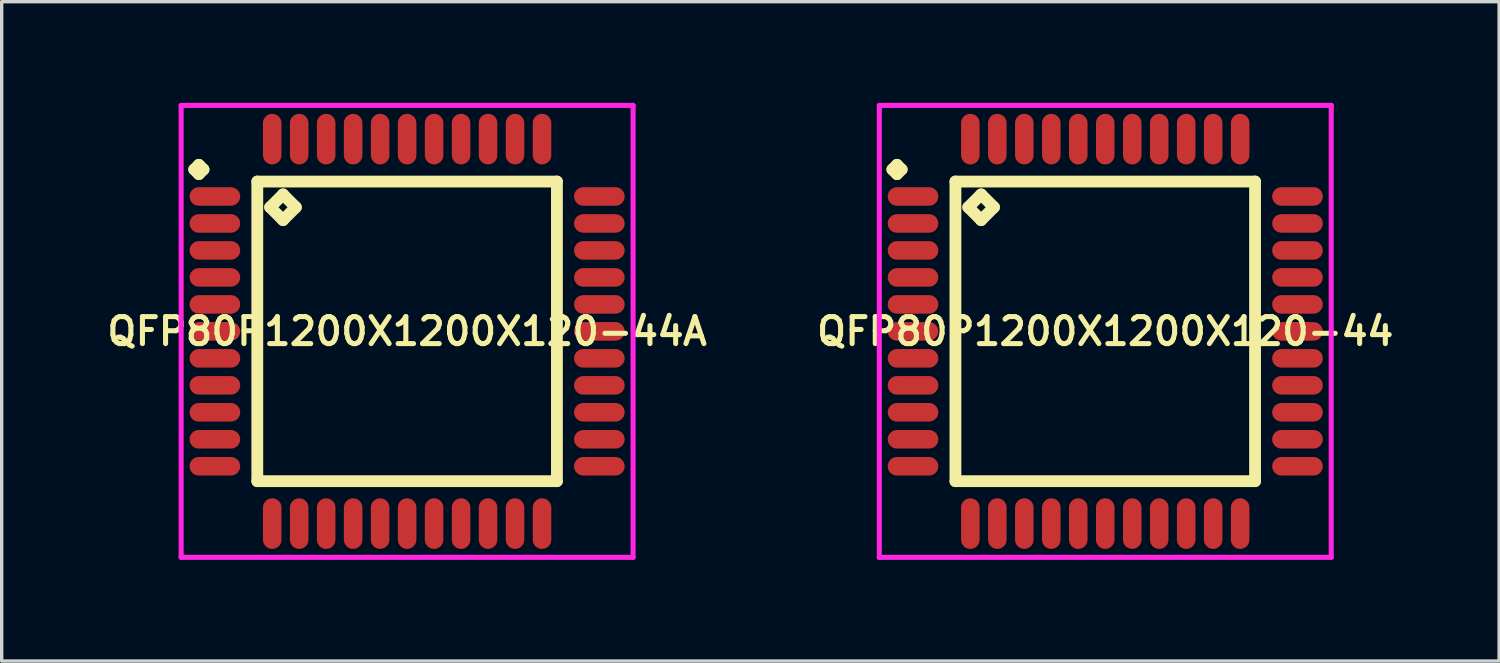
<source format=kicad_pcb>
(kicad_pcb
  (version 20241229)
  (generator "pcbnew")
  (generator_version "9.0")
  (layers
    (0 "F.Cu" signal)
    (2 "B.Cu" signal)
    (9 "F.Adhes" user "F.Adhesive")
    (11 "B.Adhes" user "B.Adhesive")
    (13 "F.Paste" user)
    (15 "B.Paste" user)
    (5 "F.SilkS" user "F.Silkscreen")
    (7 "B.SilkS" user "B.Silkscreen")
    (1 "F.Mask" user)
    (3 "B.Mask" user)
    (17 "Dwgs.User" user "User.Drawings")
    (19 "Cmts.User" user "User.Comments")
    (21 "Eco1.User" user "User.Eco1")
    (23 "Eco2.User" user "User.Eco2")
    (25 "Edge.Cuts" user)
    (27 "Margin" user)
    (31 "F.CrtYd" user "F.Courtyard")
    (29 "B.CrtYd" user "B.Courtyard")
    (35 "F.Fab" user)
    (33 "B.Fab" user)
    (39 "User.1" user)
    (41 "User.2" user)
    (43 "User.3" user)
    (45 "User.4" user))
  (footprint "QFP80P1200X1200X120-44A"
    (layer "F.Cu")
    (at 9.021 6.775)
    (property "Reference" "QFP80P1200X1200X120-44A" (at 0 0 0) (layer "F.SilkS") (effects (font (size 0.8 0.8) (thickness 0.15))))
    (attr through_hole)
    (fp_line (start -6.312 -4.8) (end -6.175 -4.938) (stroke (width 0.35) (type solid)) (layer "F.SilkS"))
    (fp_line (start -6.175 -4.938) (end -6.037 -4.8) (stroke (width 0.35) (type solid)) (layer "F.SilkS"))
    (fp_line (start -6.175 -4.662) (end -6.312 -4.8) (stroke (width 0.35) (type solid)) (layer "F.SilkS"))
    (fp_line (start -6.037 -4.8) (end -6.175 -4.662) (stroke (width 0.35) (type solid)) (layer "F.SilkS"))
    (fp_line (start -4.442 -4.442) (end -4.442 4.442) (stroke (width 0.35) (type solid)) (layer "F.SilkS"))
    (fp_line (start -4.442 4.442) (end 4.442 4.442) (stroke (width 0.35) (type solid)) (layer "F.SilkS"))
    (fp_line (start -4.061 -3.68) (end -3.68 -4.061) (stroke (width 0.35) (type solid)) (layer "F.SilkS"))
    (fp_line (start -3.68 -4.061) (end -3.299 -3.68) (stroke (width 0.35) (type solid)) (layer "F.SilkS"))
    (fp_line (start -3.68 -3.299) (end -4.061 -3.68) (stroke (width 0.35) (type solid)) (layer "F.SilkS"))
    (fp_line (start -3.299 -3.68) (end -3.68 -3.299) (stroke (width 0.35) (type solid)) (layer "F.SilkS"))
    (fp_line (start 4.442 -4.442) (end -4.442 -4.442) (stroke (width 0.35) (type solid)) (layer "F.SilkS"))
    (fp_line (start 4.442 4.442) (end 4.442 -4.442) (stroke (width 0.35) (type solid)) (layer "F.SilkS"))
    (fp_line (start -6.7 -6.7) (end 6.7 -6.7) (stroke (width 0.15) (type solid)) (layer "F.CrtYd"))
    (fp_line (start -6.7 6.7) (end -6.7 -6.7) (stroke (width 0.15) (type solid)) (layer "F.CrtYd"))
    (fp_line (start 6.7 -6.7) (end 6.7 6.7) (stroke (width 0.15) (type solid)) (layer "F.CrtYd"))
    (fp_line (start 6.7 6.7) (end -6.7 6.7) (stroke (width 0.15) (type solid)) (layer "F.CrtYd"))
    (pad "1" smd oval (at -5.7 -4) (size 1.5 0.55) (layers "F.Cu" "F.Mask" "F.Paste"))
    (pad "2" smd oval (at -5.7 -3.2) (size 1.5 0.55) (layers "F.Cu" "F.Mask" "F.Paste"))
    (pad "3" smd oval (at -5.7 -2.4) (size 1.5 0.55) (layers "F.Cu" "F.Mask" "F.Paste"))
    (pad "4" smd oval (at -5.7 -1.6) (size 1.5 0.55) (layers "F.Cu" "F.Mask" "F.Paste"))
    (pad "5" smd oval (at -5.7 -0.8) (size 1.5 0.55) (layers "F.Cu" "F.Mask" "F.Paste"))
    (pad "6" smd oval (at -5.7 0) (size 1.5 0.55) (layers "F.Cu" "F.Mask" "F.Paste"))
    (pad "7" smd oval (at -5.7 0.8) (size 1.5 0.55) (layers "F.Cu" "F.Mask" "F.Paste"))
    (pad "8" smd oval (at -5.7 1.6) (size 1.5 0.55) (layers "F.Cu" "F.Mask" "F.Paste"))
    (pad "9" smd oval (at -5.7 2.4) (size 1.5 0.55) (layers "F.Cu" "F.Mask" "F.Paste"))
    (pad "10" smd oval (at -5.7 3.2) (size 1.5 0.55) (layers "F.Cu" "F.Mask" "F.Paste"))
    (pad "11" smd oval (at -5.7 4) (size 1.5 0.55) (layers "F.Cu" "F.Mask" "F.Paste"))
    (pad "12" smd oval (at -4 5.7) (size 0.55 1.5) (layers "F.Cu" "F.Mask" "F.Paste"))
    (pad "13" smd oval (at -3.2 5.7) (size 0.55 1.5) (layers "F.Cu" "F.Mask" "F.Paste"))
    (pad "14" smd oval (at -2.4 5.7) (size 0.55 1.5) (layers "F.Cu" "F.Mask" "F.Paste"))
    (pad "15" smd oval (at -1.6 5.7) (size 0.55 1.5) (layers "F.Cu" "F.Mask" "F.Paste"))
    (pad "16" smd oval (at -0.8 5.7) (size 0.55 1.5) (layers "F.Cu" "F.Mask" "F.Paste"))
    (pad "17" smd oval (at 0 5.7) (size 0.55 1.5) (layers "F.Cu" "F.Mask" "F.Paste"))
    (pad "18" smd oval (at 0.8 5.7) (size 0.55 1.5) (layers "F.Cu" "F.Mask" "F.Paste"))
    (pad "19" smd oval (at 1.6 5.7) (size 0.55 1.5) (layers "F.Cu" "F.Mask" "F.Paste"))
    (pad "20" smd oval (at 2.4 5.7) (size 0.55 1.5) (layers "F.Cu" "F.Mask" "F.Paste"))
    (pad "21" smd oval (at 3.2 5.7) (size 0.55 1.5) (layers "F.Cu" "F.Mask" "F.Paste"))
    (pad "22" smd oval (at 4 5.7) (size 0.55 1.5) (layers "F.Cu" "F.Mask" "F.Paste"))
    (pad "23" smd oval (at 5.7 4) (size 1.5 0.55) (layers "F.Cu" "F.Mask" "F.Paste"))
    (pad "24" smd oval (at 5.7 3.2) (size 1.5 0.55) (layers "F.Cu" "F.Mask" "F.Paste"))
    (pad "25" smd oval (at 5.7 2.4) (size 1.5 0.55) (layers "F.Cu" "F.Mask" "F.Paste"))
    (pad "26" smd oval (at 5.7 1.6) (size 1.5 0.55) (layers "F.Cu" "F.Mask" "F.Paste"))
    (pad "27" smd oval (at 5.7 0.8) (size 1.5 0.55) (layers "F.Cu" "F.Mask" "F.Paste"))
    (pad "28" smd oval (at 5.7 0) (size 1.5 0.55) (layers "F.Cu" "F.Mask" "F.Paste"))
    (pad "29" smd oval (at 5.7 -0.8) (size 1.5 0.55) (layers "F.Cu" "F.Mask" "F.Paste"))
    (pad "30" smd oval (at 5.7 -1.6) (size 1.5 0.55) (layers "F.Cu" "F.Mask" "F.Paste"))
    (pad "31" smd oval (at 5.7 -2.4) (size 1.5 0.55) (layers "F.Cu" "F.Mask" "F.Paste"))
    (pad "32" smd oval (at 5.7 -3.2) (size 1.5 0.55) (layers "F.Cu" "F.Mask" "F.Paste"))
    (pad "33" smd oval (at 5.7 -4) (size 1.5 0.55) (layers "F.Cu" "F.Mask" "F.Paste"))
    (pad "34" smd oval (at 4 -5.7) (size 0.55 1.5) (layers "F.Cu" "F.Mask" "F.Paste"))
    (pad "35" smd oval (at 3.2 -5.7) (size 0.55 1.5) (layers "F.Cu" "F.Mask" "F.Paste"))
    (pad "36" smd oval (at 2.4 -5.7) (size 0.55 1.5) (layers "F.Cu" "F.Mask" "F.Paste"))
    (pad "37" smd oval (at 1.6 -5.7) (size 0.55 1.5) (layers "F.Cu" "F.Mask" "F.Paste"))
    (pad "38" smd oval (at 0.8 -5.7) (size 0.55 1.5) (layers "F.Cu" "F.Mask" "F.Paste"))
    (pad "39" smd oval (at 0 -5.7) (size 0.55 1.5) (layers "F.Cu" "F.Mask" "F.Paste"))
    (pad "40" smd oval (at -0.8 -5.7) (size 0.55 1.5) (layers "F.Cu" "F.Mask" "F.Paste"))
    (pad "41" smd oval (at -1.6 -5.7) (size 0.55 1.5) (layers "F.Cu" "F.Mask" "F.Paste"))
    (pad "42" smd oval (at -2.4 -5.7) (size 0.55 1.5) (layers "F.Cu" "F.Mask" "F.Paste"))
    (pad "43" smd oval (at -3.2 -5.7) (size 0.55 1.5) (layers "F.Cu" "F.Mask" "F.Paste"))
    (pad "44" smd oval (at -4 -5.7) (size 0.55 1.5) (layers "F.Cu" "F.Mask" "F.Paste")))
  (footprint "QFP80P1200X1200X120-44"
    (layer "F.Cu")
    (at 29.721 6.775)
    (property "Reference" "QFP80P1200X1200X120-44" (at 0 0 0) (layer "F.SilkS") (effects (font (size 0.8 0.8) (thickness 0.15))))
    (attr smd)
    (fp_line (start -6.312 -4.8) (end -6.175 -4.938) (stroke (width 0.35) (type solid)) (layer "F.SilkS"))
    (fp_line (start -6.175 -4.938) (end -6.037 -4.8) (stroke (width 0.35) (type solid)) (layer "F.SilkS"))
    (fp_line (start -6.175 -4.662) (end -6.312 -4.8) (stroke (width 0.35) (type solid)) (layer "F.SilkS"))
    (fp_line (start -6.037 -4.8) (end -6.175 -4.662) (stroke (width 0.35) (type solid)) (layer "F.SilkS"))
    (fp_line (start -4.442 -4.442) (end -4.442 4.442) (stroke (width 0.35) (type solid)) (layer "F.SilkS"))
    (fp_line (start -4.442 4.442) (end 4.442 4.442) (stroke (width 0.35) (type solid)) (layer "F.SilkS"))
    (fp_line (start -4.061 -3.68) (end -3.68 -4.061) (stroke (width 0.35) (type solid)) (layer "F.SilkS"))
    (fp_line (start -3.68 -4.061) (end -3.299 -3.68) (stroke (width 0.35) (type solid)) (layer "F.SilkS"))
    (fp_line (start -3.68 -3.299) (end -4.061 -3.68) (stroke (width 0.35) (type solid)) (layer "F.SilkS"))
    (fp_line (start -3.299 -3.68) (end -3.68 -3.299) (stroke (width 0.35) (type solid)) (layer "F.SilkS"))
    (fp_line (start 4.442 -4.442) (end -4.442 -4.442) (stroke (width 0.35) (type solid)) (layer "F.SilkS"))
    (fp_line (start 4.442 4.442) (end 4.442 -4.442) (stroke (width 0.35) (type solid)) (layer "F.SilkS"))
    (fp_line (start -6.7 -6.7) (end 6.7 -6.7) (stroke (width 0.15) (type solid)) (layer "F.CrtYd"))
    (fp_line (start -6.7 6.7) (end -6.7 -6.7) (stroke (width 0.15) (type solid)) (layer "F.CrtYd"))
    (fp_line (start 6.7 -6.7) (end 6.7 6.7) (stroke (width 0.15) (type solid)) (layer "F.CrtYd"))
    (fp_line (start 6.7 6.7) (end -6.7 6.7) (stroke (width 0.15) (type solid)) (layer "F.CrtYd"))
    (pad "1" smd oval (at -5.7 -4) (size 1.5 0.55) (layers "F.Cu" "F.Mask" "F.Paste"))
    (pad "2" smd oval (at -5.7 -3.2) (size 1.5 0.55) (layers "F.Cu" "F.Mask" "F.Paste"))
    (pad "3" smd oval (at -5.7 -2.4) (size 1.5 0.55) (layers "F.Cu" "F.Mask" "F.Paste"))
    (pad "4" smd oval (at -5.7 -1.6) (size 1.5 0.55) (layers "F.Cu" "F.Mask" "F.Paste"))
    (pad "5" smd oval (at -5.7 -0.8) (size 1.5 0.55) (layers "F.Cu" "F.Mask" "F.Paste"))
    (pad "6" smd oval (at -5.7 0) (size 1.5 0.55) (layers "F.Cu" "F.Mask" "F.Paste"))
    (pad "7" smd oval (at -5.7 0.8) (size 1.5 0.55) (layers "F.Cu" "F.Mask" "F.Paste"))
    (pad "8" smd oval (at -5.7 1.6) (size 1.5 0.55) (layers "F.Cu" "F.Mask" "F.Paste"))
    (pad "9" smd oval (at -5.7 2.4) (size 1.5 0.55) (layers "F.Cu" "F.Mask" "F.Paste"))
    (pad "10" smd oval (at -5.7 3.2) (size 1.5 0.55) (layers "F.Cu" "F.Mask" "F.Paste"))
    (pad "11" smd oval (at -5.7 4) (size 1.5 0.55) (layers "F.Cu" "F.Mask" "F.Paste"))
    (pad "12" smd oval (at -4 5.7) (size 0.55 1.5) (layers "F.Cu" "F.Mask" "F.Paste"))
    (pad "13" smd oval (at -3.2 5.7) (size 0.55 1.5) (layers "F.Cu" "F.Mask" "F.Paste"))
    (pad "14" smd oval (at -2.4 5.7) (size 0.55 1.5) (layers "F.Cu" "F.Mask" "F.Paste"))
    (pad "15" smd oval (at -1.6 5.7) (size 0.55 1.5) (layers "F.Cu" "F.Mask" "F.Paste"))
    (pad "16" smd oval (at -0.8 5.7) (size 0.55 1.5) (layers "F.Cu" "F.Mask" "F.Paste"))
    (pad "17" smd oval (at 0 5.7) (size 0.55 1.5) (layers "F.Cu" "F.Mask" "F.Paste"))
    (pad "18" smd oval (at 0.8 5.7) (size 0.55 1.5) (layers "F.Cu" "F.Mask" "F.Paste"))
    (pad "19" smd oval (at 1.6 5.7) (size 0.55 1.5) (layers "F.Cu" "F.Mask" "F.Paste"))
    (pad "20" smd oval (at 2.4 5.7) (size 0.55 1.5) (layers "F.Cu" "F.Mask" "F.Paste"))
    (pad "21" smd oval (at 3.2 5.7) (size 0.55 1.5) (layers "F.Cu" "F.Mask" "F.Paste"))
    (pad "22" smd oval (at 4 5.7) (size 0.55 1.5) (layers "F.Cu" "F.Mask" "F.Paste"))
    (pad "23" smd oval (at 5.7 4) (size 1.5 0.55) (layers "F.Cu" "F.Mask" "F.Paste"))
    (pad "24" smd oval (at 5.7 3.2) (size 1.5 0.55) (layers "F.Cu" "F.Mask" "F.Paste"))
    (pad "25" smd oval (at 5.7 2.4) (size 1.5 0.55) (layers "F.Cu" "F.Mask" "F.Paste"))
    (pad "26" smd oval (at 5.7 1.6) (size 1.5 0.55) (layers "F.Cu" "F.Mask" "F.Paste"))
    (pad "27" smd oval (at 5.7 0.8) (size 1.5 0.55) (layers "F.Cu" "F.Mask" "F.Paste"))
    (pad "28" smd oval (at 5.7 0) (size 1.5 0.55) (layers "F.Cu" "F.Mask" "F.Paste"))
    (pad "29" smd oval (at 5.7 -0.8) (size 1.5 0.55) (layers "F.Cu" "F.Mask" "F.Paste"))
    (pad "30" smd oval (at 5.7 -1.6) (size 1.5 0.55) (layers "F.Cu" "F.Mask" "F.Paste"))
    (pad "31" smd oval (at 5.7 -2.4) (size 1.5 0.55) (layers "F.Cu" "F.Mask" "F.Paste"))
    (pad "32" smd oval (at 5.7 -3.2) (size 1.5 0.55) (layers "F.Cu" "F.Mask" "F.Paste"))
    (pad "33" smd oval (at 5.7 -4) (size 1.5 0.55) (layers "F.Cu" "F.Mask" "F.Paste"))
    (pad "34" smd oval (at 4 -5.7) (size 0.55 1.5) (layers "F.Cu" "F.Mask" "F.Paste"))
    (pad "35" smd oval (at 3.2 -5.7) (size 0.55 1.5) (layers "F.Cu" "F.Mask" "F.Paste"))
    (pad "36" smd oval (at 2.4 -5.7) (size 0.55 1.5) (layers "F.Cu" "F.Mask" "F.Paste"))
    (pad "37" smd oval (at 1.6 -5.7) (size 0.55 1.5) (layers "F.Cu" "F.Mask" "F.Paste"))
    (pad "38" smd oval (at 0.8 -5.7) (size 0.55 1.5) (layers "F.Cu" "F.Mask" "F.Paste"))
    (pad "39" smd oval (at 0 -5.7) (size 0.55 1.5) (layers "F.Cu" "F.Mask" "F.Paste"))
    (pad "40" smd oval (at -0.8 -5.7) (size 0.55 1.5) (layers "F.Cu" "F.Mask" "F.Paste"))
    (pad "41" smd oval (at -1.6 -5.7) (size 0.55 1.5) (layers "F.Cu" "F.Mask" "F.Paste"))
    (pad "42" smd oval (at -2.4 -5.7) (size 0.55 1.5) (layers "F.Cu" "F.Mask" "F.Paste"))
    (pad "43" smd oval (at -3.2 -5.7) (size 0.55 1.5) (layers "F.Cu" "F.Mask" "F.Paste"))
    (pad "44" smd oval (at -4 -5.7) (size 0.55 1.5) (layers "F.Cu" "F.Mask" "F.Paste")))
  (gr_rect
    (start -3 -3)
    (end 41.399 16.55)
    (stroke (width 0.1) (type default))
    (fill no)
    (layer "Edge.Cuts")))
</source>
